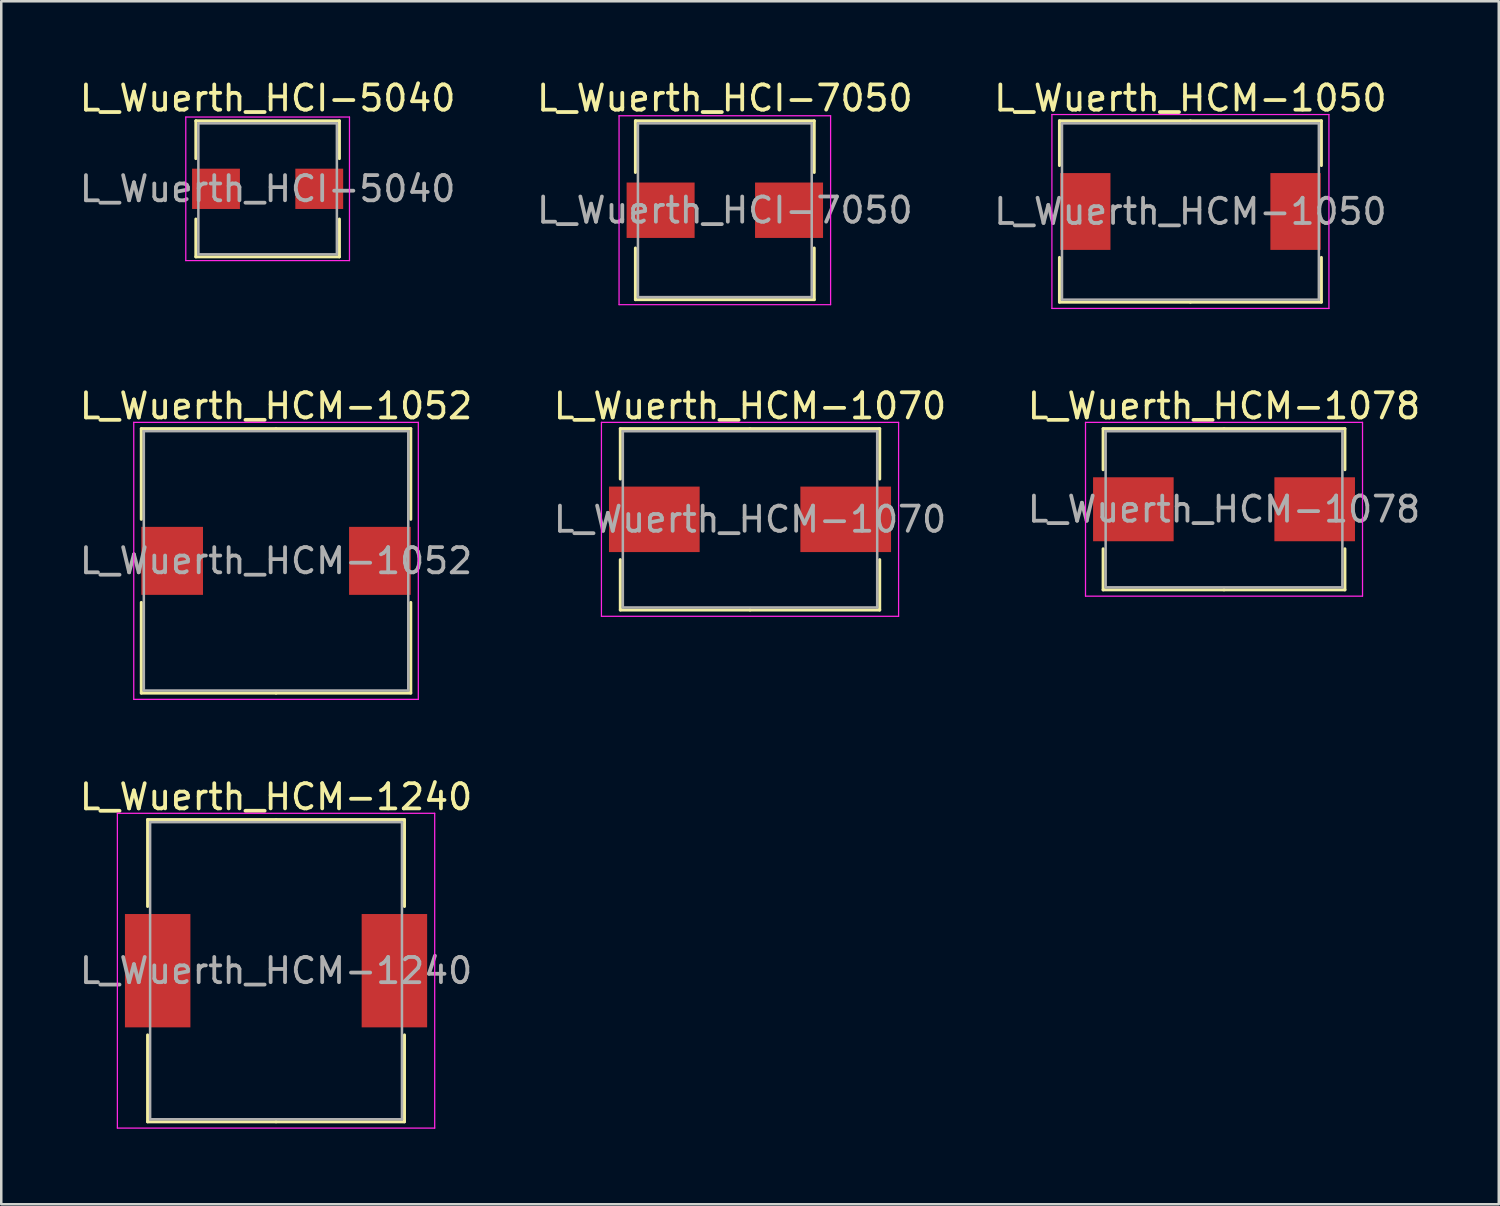
<source format=kicad_pcb>
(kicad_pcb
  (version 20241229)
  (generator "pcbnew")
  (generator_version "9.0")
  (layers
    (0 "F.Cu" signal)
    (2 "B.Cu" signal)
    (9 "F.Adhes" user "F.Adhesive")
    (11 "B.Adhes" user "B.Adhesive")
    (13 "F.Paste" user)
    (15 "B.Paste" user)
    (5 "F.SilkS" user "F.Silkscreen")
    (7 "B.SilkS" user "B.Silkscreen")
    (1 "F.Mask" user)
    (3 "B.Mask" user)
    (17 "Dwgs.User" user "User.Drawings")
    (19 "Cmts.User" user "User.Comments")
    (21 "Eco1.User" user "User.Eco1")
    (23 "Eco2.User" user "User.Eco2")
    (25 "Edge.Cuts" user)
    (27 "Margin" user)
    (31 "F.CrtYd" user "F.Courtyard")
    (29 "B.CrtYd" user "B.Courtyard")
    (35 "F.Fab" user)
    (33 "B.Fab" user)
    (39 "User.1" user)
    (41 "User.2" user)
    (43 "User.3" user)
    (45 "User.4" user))
  (footprint "L_Wuerth_HCM-1070"
    (layer "F.Cu")
    (at 26.732 17.572)
    (property "Reference" "L_Wuerth_HCM-1070" (at 0 -4.5 0) (layer "F.SilkS") (effects (font (size 1 1) (thickness 0.15))))
    (attr smd)
    (fp_line (start -5.15 -3.6) (end 0 -3.6) (stroke (width 0.12) (type solid)) (layer "F.SilkS"))
    (fp_line (start -5.15 -1.6) (end -5.15 -3.6) (stroke (width 0.12) (type solid)) (layer "F.SilkS"))
    (fp_line (start -5.15 1.6) (end -5.15 3.6) (stroke (width 0.12) (type solid)) (layer "F.SilkS"))
    (fp_line (start -5.15 3.6) (end 0 3.6) (stroke (width 0.12) (type solid)) (layer "F.SilkS"))
    (fp_line (start 5.15 -3.6) (end 0 -3.6) (stroke (width 0.12) (type solid)) (layer "F.SilkS"))
    (fp_line (start 5.15 -1.6) (end 5.15 -3.6) (stroke (width 0.12) (type solid)) (layer "F.SilkS"))
    (fp_line (start 5.15 1.6) (end 5.15 3.6) (stroke (width 0.12) (type solid)) (layer "F.SilkS"))
    (fp_line (start 5.15 3.6) (end 0 3.6) (stroke (width 0.12) (type solid)) (layer "F.SilkS"))
    (fp_line (start -5.9 -3.85) (end -5.9 3.85) (stroke (width 0.05) (type solid)) (layer "F.CrtYd"))
    (fp_line (start -5.9 3.85) (end 5.9 3.85) (stroke (width 0.05) (type solid)) (layer "F.CrtYd"))
    (fp_line (start 5.9 -3.85) (end -5.9 -3.85) (stroke (width 0.05) (type solid)) (layer "F.CrtYd"))
    (fp_line (start 5.9 3.85) (end 5.9 -3.85) (stroke (width 0.05) (type solid)) (layer "F.CrtYd"))
    (fp_line (start -5.05 -3.5) (end -5.05 3.5) (stroke (width 0.1) (type solid)) (layer "F.Fab"))
    (fp_line (start -5.05 3.5) (end 5.05 3.5) (stroke (width 0.1) (type solid)) (layer "F.Fab"))
    (fp_line (start 5.05 -3.5) (end -5.05 -3.5) (stroke (width 0.1) (type solid)) (layer "F.Fab"))
    (fp_line (start 5.05 3.5) (end 5.05 -3.5) (stroke (width 0.1) (type solid)) (layer "F.Fab"))
    (fp_text user "${REFERENCE}" (at 0 0 0) (layer "F.Fab") (effects (font (size 1 1) (thickness 0.15))))
    (pad "1" smd rect (at -3.8 0) (size 3.6 2.6) (layers "F.Cu" "F.Mask" "F.Paste"))
    (pad "2" smd rect (at 3.8 0) (size 3.6 2.6) (layers "F.Cu" "F.Mask" "F.Paste")))
  (footprint "L_Wuerth_HCM-1050"
    (layer "F.Cu")
    (at 44.22 5.348)
    (property "Reference" "L_Wuerth_HCM-1050" (at 0 -4.5 0) (layer "F.SilkS") (effects (font (size 1 1) (thickness 0.15))))
    (attr smd)
    (fp_line (start -5.2 -3.6) (end 0 -3.6) (stroke (width 0.12) (type solid)) (layer "F.SilkS"))
    (fp_line (start -5.2 -1.825) (end -5.2 -3.6) (stroke (width 0.12) (type solid)) (layer "F.SilkS"))
    (fp_line (start -5.2 1.825) (end -5.2 3.6) (stroke (width 0.12) (type solid)) (layer "F.SilkS"))
    (fp_line (start -5.2 3.6) (end 0 3.6) (stroke (width 0.12) (type solid)) (layer "F.SilkS"))
    (fp_line (start 5.2 -3.6) (end 0 -3.6) (stroke (width 0.12) (type solid)) (layer "F.SilkS"))
    (fp_line (start 5.2 -1.825) (end 5.2 -3.6) (stroke (width 0.12) (type solid)) (layer "F.SilkS"))
    (fp_line (start 5.2 1.825) (end 5.2 3.6) (stroke (width 0.12) (type solid)) (layer "F.SilkS"))
    (fp_line (start 5.2 3.6) (end 0 3.6) (stroke (width 0.12) (type solid)) (layer "F.SilkS"))
    (fp_line (start -5.5 -3.85) (end -5.5 3.85) (stroke (width 0.05) (type solid)) (layer "F.CrtYd"))
    (fp_line (start -5.5 3.85) (end 5.5 3.85) (stroke (width 0.05) (type solid)) (layer "F.CrtYd"))
    (fp_line (start 5.5 -3.85) (end -5.5 -3.85) (stroke (width 0.05) (type solid)) (layer "F.CrtYd"))
    (fp_line (start 5.5 3.85) (end 5.5 -3.85) (stroke (width 0.05) (type solid)) (layer "F.CrtYd"))
    (fp_line (start -5.1 -3.5) (end -5.1 3.5) (stroke (width 0.1) (type solid)) (layer "F.Fab"))
    (fp_line (start -5.1 3.5) (end 5.1 3.5) (stroke (width 0.1) (type solid)) (layer "F.Fab"))
    (fp_line (start 5.1 -3.5) (end -5.1 -3.5) (stroke (width 0.1) (type solid)) (layer "F.Fab"))
    (fp_line (start 5.1 3.5) (end 5.1 -3.5) (stroke (width 0.1) (type solid)) (layer "F.Fab"))
    (fp_text user "${REFERENCE}" (at 0 0 0) (layer "F.Fab") (effects (font (size 1 1) (thickness 0.15))))
    (pad "1" smd rect (at -4.175 0) (size 2 3.05) (layers "F.Cu" "F.Mask" "F.Paste"))
    (pad "2" smd rect (at 4.175 0) (size 2 3.05) (layers "F.Cu" "F.Mask" "F.Paste")))
  (footprint "L_Wuerth_HCM-1078"
    (layer "F.Cu")
    (at 45.554 17.172)
    (property "Reference" "L_Wuerth_HCM-1078" (at 0 -4.1 0) (layer "F.SilkS") (effects (font (size 1 1) (thickness 0.15))))
    (attr smd)
    (fp_line (start -4.8 -3.2) (end 0 -3.2) (stroke (width 0.12) (type solid)) (layer "F.SilkS"))
    (fp_line (start -4.8 -1.57) (end -4.8 -3.2) (stroke (width 0.12) (type solid)) (layer "F.SilkS"))
    (fp_line (start -4.8 1.57) (end -4.8 3.2) (stroke (width 0.12) (type solid)) (layer "F.SilkS"))
    (fp_line (start -4.8 3.2) (end 0 3.2) (stroke (width 0.12) (type solid)) (layer "F.SilkS"))
    (fp_line (start 4.8 -3.2) (end 0 -3.2) (stroke (width 0.12) (type solid)) (layer "F.SilkS"))
    (fp_line (start 4.8 -1.57) (end 4.8 -3.2) (stroke (width 0.12) (type solid)) (layer "F.SilkS"))
    (fp_line (start 4.8 1.57) (end 4.8 3.2) (stroke (width 0.12) (type solid)) (layer "F.SilkS"))
    (fp_line (start 4.8 3.2) (end 0 3.2) (stroke (width 0.12) (type solid)) (layer "F.SilkS"))
    (fp_line (start -5.5 -3.45) (end -5.5 3.45) (stroke (width 0.05) (type solid)) (layer "F.CrtYd"))
    (fp_line (start -5.5 3.45) (end 5.5 3.45) (stroke (width 0.05) (type solid)) (layer "F.CrtYd"))
    (fp_line (start 5.5 -3.45) (end -5.5 -3.45) (stroke (width 0.05) (type solid)) (layer "F.CrtYd"))
    (fp_line (start 5.5 3.45) (end 5.5 -3.45) (stroke (width 0.05) (type solid)) (layer "F.CrtYd"))
    (fp_line (start -4.7 -3.1) (end -4.7 3.1) (stroke (width 0.1) (type solid)) (layer "F.Fab"))
    (fp_line (start -4.7 3.1) (end 4.7 3.1) (stroke (width 0.1) (type solid)) (layer "F.Fab"))
    (fp_line (start 4.7 -3.1) (end -4.7 -3.1) (stroke (width 0.1) (type solid)) (layer "F.Fab"))
    (fp_line (start 4.7 3.1) (end 4.7 -3.1) (stroke (width 0.1) (type solid)) (layer "F.Fab"))
    (fp_text user "${REFERENCE}" (at 0 0 0) (layer "F.Fab") (effects (font (size 1 1) (thickness 0.15))))
    (pad "1" smd rect (at -3.6 0) (size 3.2 2.54) (layers "F.Cu" "F.Mask" "F.Paste"))
    (pad "2" smd rect (at 3.6 0) (size 3.2 2.54) (layers "F.Cu" "F.Mask" "F.Paste")))
  (footprint "L_Wuerth_HCM-1052"
    (layer "F.Cu")
    (at 7.911 19.221)
    (property "Reference" "L_Wuerth_HCM-1052" (at 0 -6.15 0) (layer "F.SilkS") (effects (font (size 1 1) (thickness 0.15))))
    (attr smd)
    (fp_line (start -5.35 -5.25) (end 0 -5.25) (stroke (width 0.12) (type solid)) (layer "F.SilkS"))
    (fp_line (start -5.35 -1.65) (end -5.35 -5.25) (stroke (width 0.12) (type solid)) (layer "F.SilkS"))
    (fp_line (start -5.35 1.65) (end -5.35 5.25) (stroke (width 0.12) (type solid)) (layer "F.SilkS"))
    (fp_line (start -5.35 5.25) (end 0 5.25) (stroke (width 0.12) (type solid)) (layer "F.SilkS"))
    (fp_line (start 5.35 -5.25) (end 0 -5.25) (stroke (width 0.12) (type solid)) (layer "F.SilkS"))
    (fp_line (start 5.35 -1.65) (end 5.35 -5.25) (stroke (width 0.12) (type solid)) (layer "F.SilkS"))
    (fp_line (start 5.35 1.65) (end 5.35 5.25) (stroke (width 0.12) (type solid)) (layer "F.SilkS"))
    (fp_line (start 5.35 5.25) (end 0 5.25) (stroke (width 0.12) (type solid)) (layer "F.SilkS"))
    (fp_line (start -5.65 -5.5) (end -5.65 5.5) (stroke (width 0.05) (type solid)) (layer "F.CrtYd"))
    (fp_line (start -5.65 5.5) (end 5.65 5.5) (stroke (width 0.05) (type solid)) (layer "F.CrtYd"))
    (fp_line (start 5.65 -5.5) (end -5.65 -5.5) (stroke (width 0.05) (type solid)) (layer "F.CrtYd"))
    (fp_line (start 5.65 5.5) (end 5.65 -5.5) (stroke (width 0.05) (type solid)) (layer "F.CrtYd"))
    (fp_line (start -5.25 -5.15) (end -5.25 5.15) (stroke (width 0.1) (type solid)) (layer "F.Fab"))
    (fp_line (start -5.25 5.15) (end 5.25 5.15) (stroke (width 0.1) (type solid)) (layer "F.Fab"))
    (fp_line (start 5.25 -5.15) (end -5.25 -5.15) (stroke (width 0.1) (type solid)) (layer "F.Fab"))
    (fp_line (start 5.25 5.15) (end 5.25 -5.15) (stroke (width 0.1) (type solid)) (layer "F.Fab"))
    (fp_text user "${REFERENCE}" (at 0 0 0) (layer "F.Fab") (effects (font (size 1 1) (thickness 0.15))))
    (pad "1" smd rect (at -4.125 0) (size 2.45 2.7) (layers "F.Cu" "F.Mask" "F.Paste"))
    (pad "2" smd rect (at 4.125 0) (size 2.45 2.7) (layers "F.Cu" "F.Mask" "F.Paste")))
  (footprint "L_Wuerth_HCM-1240"
    (layer "F.Cu")
    (at 7.911 35.495)
    (property "Reference" "L_Wuerth_HCM-1240" (at 0 -6.9 0) (layer "F.SilkS") (effects (font (size 1 1) (thickness 0.15))))
    (attr smd)
    (fp_line (start -5.1 -6) (end 0 -6) (stroke (width 0.12) (type solid)) (layer "F.SilkS"))
    (fp_line (start -5.1 -2.55) (end -5.1 -6) (stroke (width 0.12) (type solid)) (layer "F.SilkS"))
    (fp_line (start -5.1 2.55) (end -5.1 6) (stroke (width 0.12) (type solid)) (layer "F.SilkS"))
    (fp_line (start -5.1 6) (end 0 6) (stroke (width 0.12) (type solid)) (layer "F.SilkS"))
    (fp_line (start 5.1 -6) (end 0 -6) (stroke (width 0.12) (type solid)) (layer "F.SilkS"))
    (fp_line (start 5.1 -2.55) (end 5.1 -6) (stroke (width 0.12) (type solid)) (layer "F.SilkS"))
    (fp_line (start 5.1 2.55) (end 5.1 6) (stroke (width 0.12) (type solid)) (layer "F.SilkS"))
    (fp_line (start 5.1 6) (end 0 6) (stroke (width 0.12) (type solid)) (layer "F.SilkS"))
    (fp_line (start -6.3 -6.25) (end -6.3 6.25) (stroke (width 0.05) (type solid)) (layer "F.CrtYd"))
    (fp_line (start -6.3 6.25) (end 6.3 6.25) (stroke (width 0.05) (type solid)) (layer "F.CrtYd"))
    (fp_line (start 6.3 -6.25) (end -6.3 -6.25) (stroke (width 0.05) (type solid)) (layer "F.CrtYd"))
    (fp_line (start 6.3 6.25) (end 6.3 -6.25) (stroke (width 0.05) (type solid)) (layer "F.CrtYd"))
    (fp_line (start -5 -5.9) (end -5 5.9) (stroke (width 0.1) (type solid)) (layer "F.Fab"))
    (fp_line (start -5 5.9) (end 5 5.9) (stroke (width 0.1) (type solid)) (layer "F.Fab"))
    (fp_line (start 5 -5.9) (end -5 -5.9) (stroke (width 0.1) (type solid)) (layer "F.Fab"))
    (fp_line (start 5 5.9) (end 5 -5.9) (stroke (width 0.1) (type solid)) (layer "F.Fab"))
    (fp_text user "${REFERENCE}" (at 0 0 0) (layer "F.Fab") (effects (font (size 1 1) (thickness 0.15))))
    (pad "1" smd rect (at -4.7 0) (size 2.6 4.5) (layers "F.Cu" "F.Mask" "F.Paste"))
    (pad "2" smd rect (at 4.7 0) (size 2.6 4.5) (layers "F.Cu" "F.Mask" "F.Paste")))
  (footprint "L_Wuerth_HCI-7050"
    (layer "F.Cu")
    (at 25.732 5.298)
    (property "Reference" "L_Wuerth_HCI-7050" (at 0 -4.45 0) (layer "F.SilkS") (effects (font (size 1 1) (thickness 0.15))))
    (attr smd)
    (fp_line (start -3.55 -3.55) (end 3.55 -3.55) (stroke (width 0.12) (type solid)) (layer "F.SilkS"))
    (fp_line (start -3.55 -1.5) (end -3.55 -3.55) (stroke (width 0.12) (type solid)) (layer "F.SilkS"))
    (fp_line (start -3.55 1.5) (end -3.55 3.55) (stroke (width 0.12) (type solid)) (layer "F.SilkS"))
    (fp_line (start -3.55 3.55) (end 3.55 3.55) (stroke (width 0.12) (type solid)) (layer "F.SilkS"))
    (fp_line (start 3.55 -3.55) (end 3.55 -1.5) (stroke (width 0.12) (type solid)) (layer "F.SilkS"))
    (fp_line (start 3.55 3.55) (end 3.55 1.5) (stroke (width 0.12) (type solid)) (layer "F.SilkS"))
    (fp_line (start -4.2 -3.75) (end -4.2 3.75) (stroke (width 0.05) (type solid)) (layer "F.CrtYd"))
    (fp_line (start -4.2 3.75) (end 4.2 3.75) (stroke (width 0.05) (type solid)) (layer "F.CrtYd"))
    (fp_line (start 4.2 -3.75) (end -4.2 -3.75) (stroke (width 0.05) (type solid)) (layer "F.CrtYd"))
    (fp_line (start 4.2 3.75) (end 4.2 -3.75) (stroke (width 0.05) (type solid)) (layer "F.CrtYd"))
    (fp_line (start -3.45 -3.45) (end -3.45 3.45) (stroke (width 0.1) (type solid)) (layer "F.Fab"))
    (fp_line (start -3.45 3.45) (end 3.45 3.45) (stroke (width 0.1) (type solid)) (layer "F.Fab"))
    (fp_line (start 3.45 -3.45) (end -3.45 -3.45) (stroke (width 0.1) (type solid)) (layer "F.Fab"))
    (fp_line (start 3.45 3.45) (end 3.45 -3.45) (stroke (width 0.1) (type solid)) (layer "F.Fab"))
    (fp_text user "${REFERENCE}" (at 0 0 0) (layer "F.Fab") (effects (font (size 1 1) (thickness 0.15))))
    (pad "1" smd rect (at -2.55 0) (size 2.7 2.2) (layers "F.Cu" "F.Mask" "F.Paste"))
    (pad "2" smd rect (at 2.55 0) (size 2.7 2.2) (layers "F.Cu" "F.Mask" "F.Paste")))
  (footprint "L_Wuerth_HCI-5040"
    (layer "F.Cu")
    (at 7.577 4.448)
    (property "Reference" "L_Wuerth_HCI-5040" (at 0 -3.6 0) (layer "F.SilkS") (effects (font (size 1 1) (thickness 0.15))))
    (attr smd)
    (fp_line (start -2.85 -2.7) (end 2.85 -2.7) (stroke (width 0.12) (type solid)) (layer "F.SilkS"))
    (fp_line (start -2.85 -1.2) (end -2.85 -2.7) (stroke (width 0.12) (type solid)) (layer "F.SilkS"))
    (fp_line (start -2.85 1.2) (end -2.85 2.7) (stroke (width 0.12) (type solid)) (layer "F.SilkS"))
    (fp_line (start -2.85 2.7) (end 2.85 2.7) (stroke (width 0.12) (type solid)) (layer "F.SilkS"))
    (fp_line (start 2.85 -2.7) (end 2.85 -1.2) (stroke (width 0.12) (type solid)) (layer "F.SilkS"))
    (fp_line (start 2.85 2.7) (end 2.85 1.2) (stroke (width 0.12) (type solid)) (layer "F.SilkS"))
    (fp_line (start -3.25 -2.85) (end -3.25 2.85) (stroke (width 0.05) (type solid)) (layer "F.CrtYd"))
    (fp_line (start -3.25 2.85) (end 3.25 2.85) (stroke (width 0.05) (type solid)) (layer "F.CrtYd"))
    (fp_line (start 3.25 -2.85) (end -3.25 -2.85) (stroke (width 0.05) (type solid)) (layer "F.CrtYd"))
    (fp_line (start 3.25 2.85) (end 3.25 -2.85) (stroke (width 0.05) (type solid)) (layer "F.CrtYd"))
    (fp_line (start -2.75 -2.6) (end -2.75 2.6) (stroke (width 0.1) (type solid)) (layer "F.Fab"))
    (fp_line (start -2.75 2.6) (end 2.75 2.6) (stroke (width 0.1) (type solid)) (layer "F.Fab"))
    (fp_line (start 2.75 -2.6) (end -2.75 -2.6) (stroke (width 0.1) (type solid)) (layer "F.Fab"))
    (fp_line (start 2.75 2.6) (end 2.75 -2.6) (stroke (width 0.1) (type solid)) (layer "F.Fab"))
    (fp_text user "${REFERENCE}" (at 0 0 0) (layer "F.Fab") (effects (font (size 1 1) (thickness 0.15))))
    (pad "1" smd rect (at -2.05 0) (size 1.9 1.6) (layers "F.Cu" "F.Mask" "F.Paste"))
    (pad "2" smd rect (at 2.05 0) (size 1.9 1.6) (layers "F.Cu" "F.Mask" "F.Paste")))
  (gr_rect
    (start -3 -3)
    (end 56.464 44.77)
    (stroke (width 0.1) (type default))
    (fill no)
    (layer "Edge.Cuts")))
</source>
